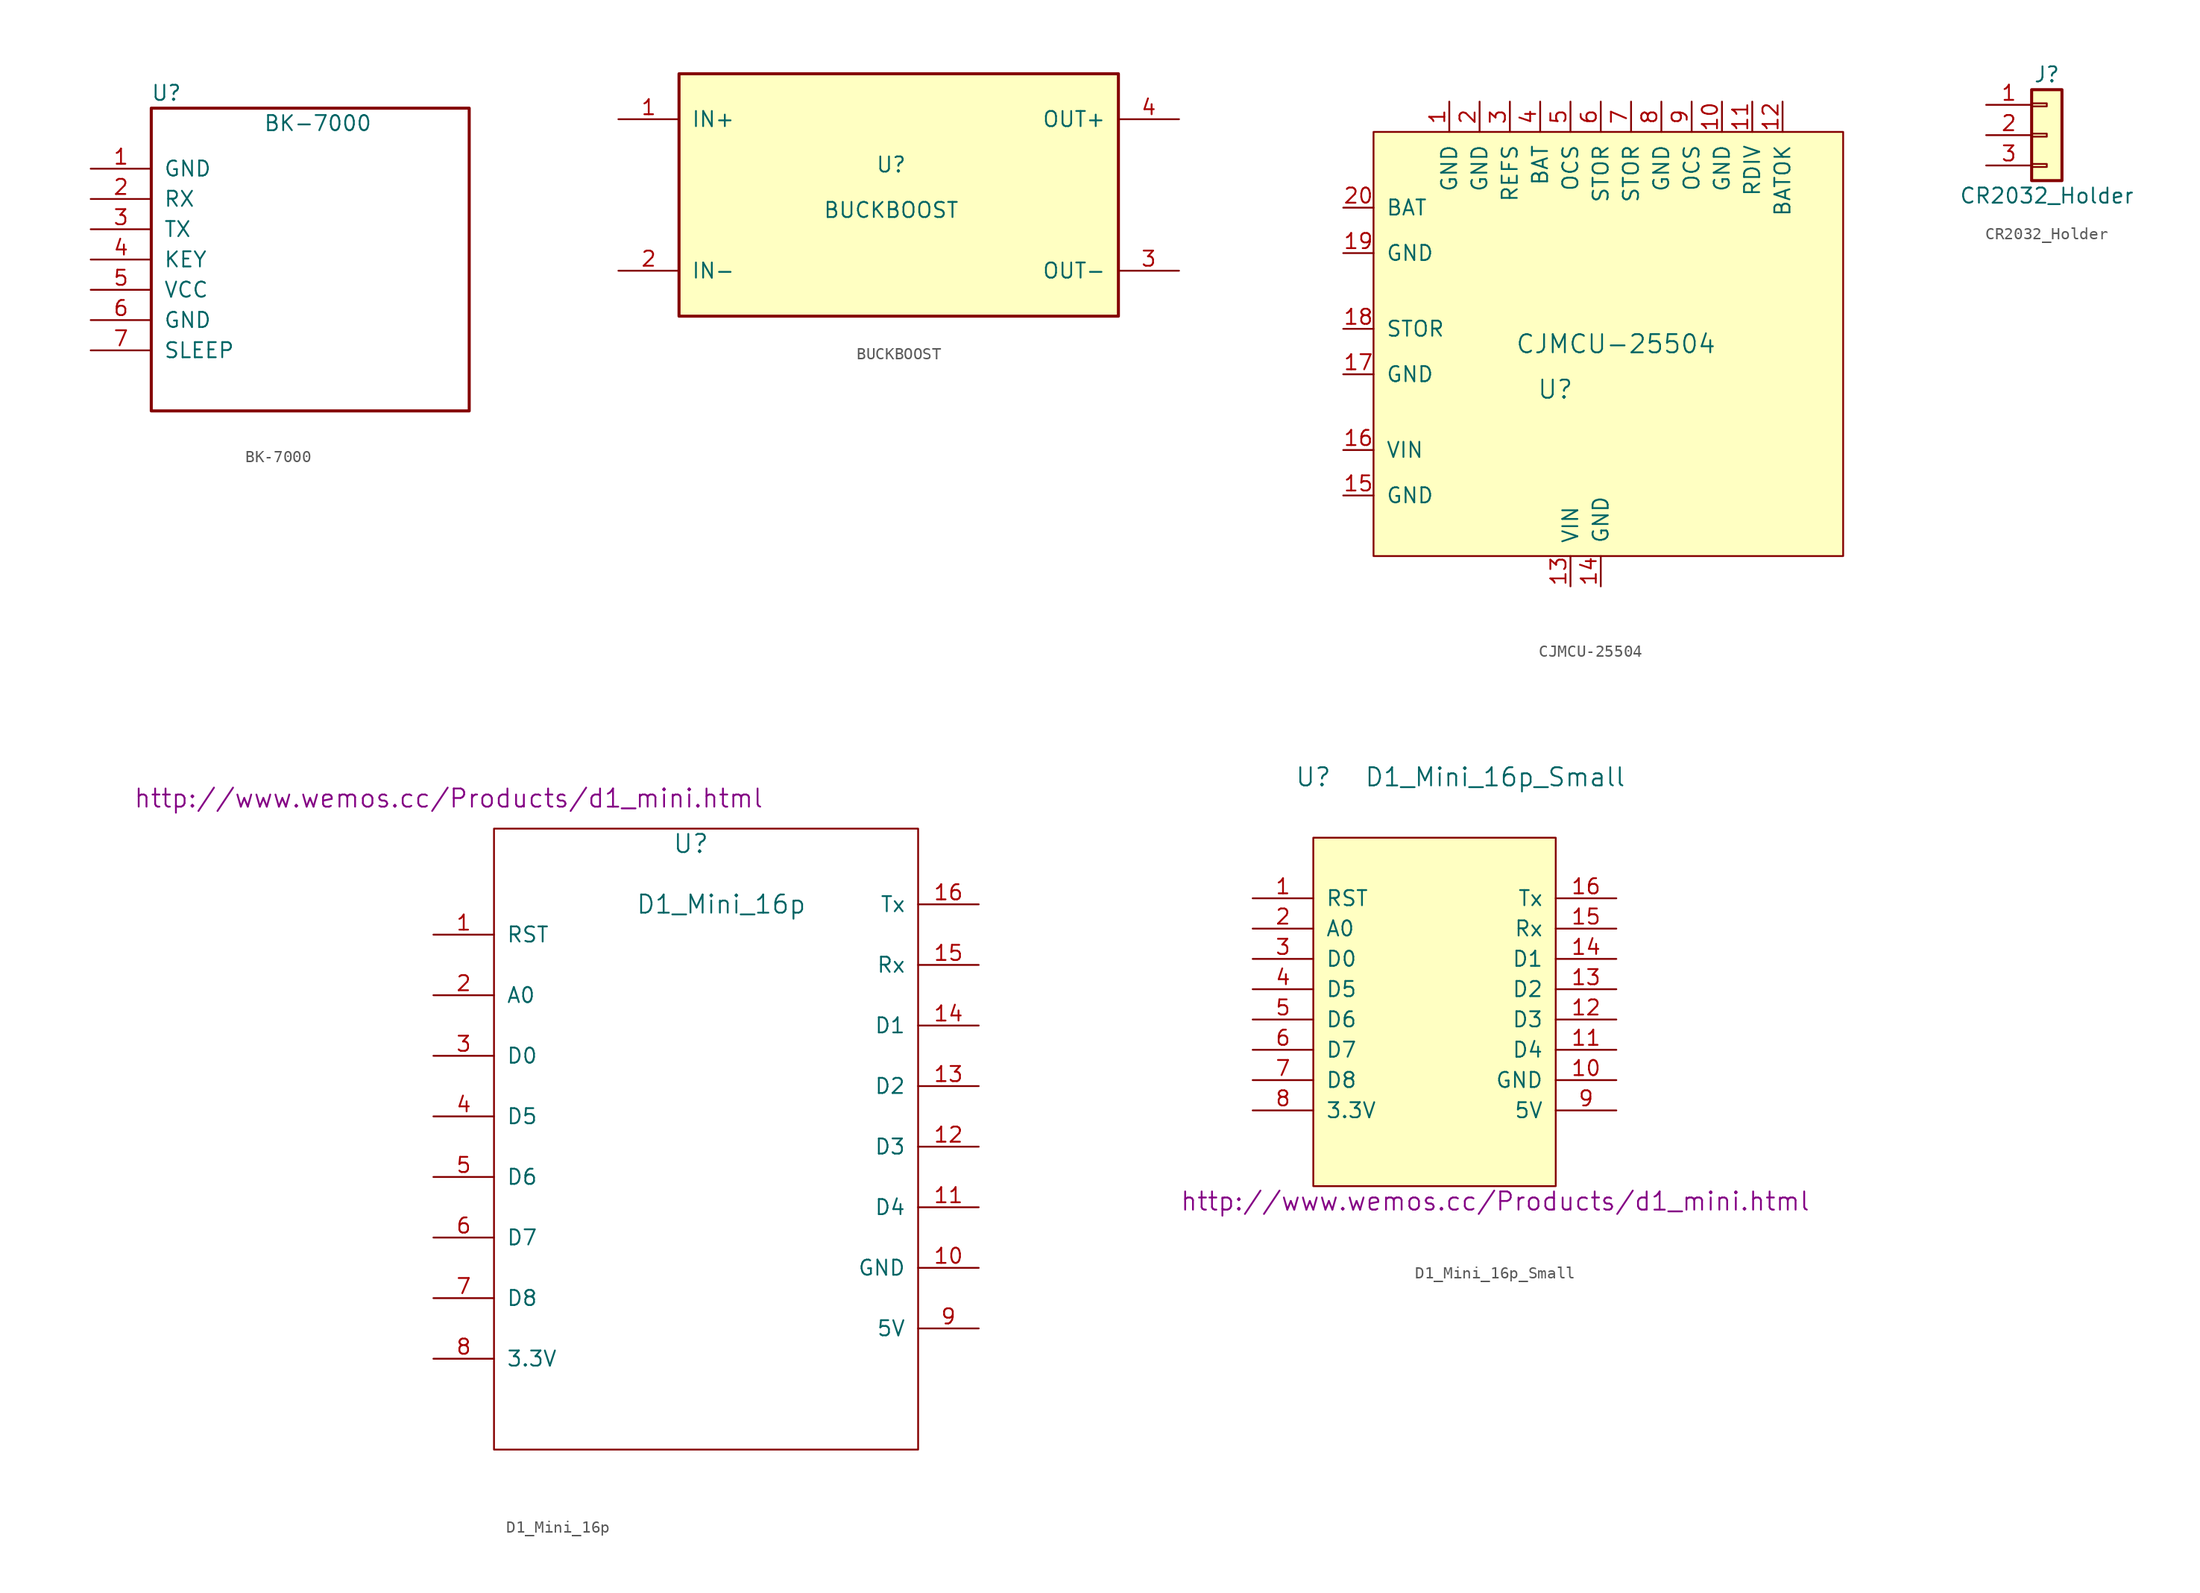
<source format=kicad_sym>
(kicad_symbol_lib
  (version 20211014)
  (generator kicad_symbol_editor)
  (symbol "BK-7000"
    (pin_names
      (offset 1.016))
    (property "Reference" "U"
      (at -12.7 13.97 0)
      (effects (font (size 1.27 1.27))))
    (property "Value" "BK-7000"
      (at 0 11.43 0)
      (effects (font (size 1.27 1.27))))
    (symbol "BK-7000_0_1"
      (rectangle (start -13.97 12.7) (end 12.7 -12.7) (stroke (width 0.254) (type default) (color 0 0 0 0)) (fill (type none))))
    (symbol "BK-7000_1_1"
      (pin power_in line (at -19.05 7.62 0) (length 5.08) (name "GND" (effects (font (size 1.27 1.27)))) (number "1" (effects (font (size 1.27 1.27)))))
      (pin input line (at -19.05 5.08 0) (length 5.08) (name "RX" (effects (font (size 1.27 1.27)))) (number "2" (effects (font (size 1.27 1.27)))))
      (pin output line (at -19.05 2.54 0) (length 5.08) (name "TX" (effects (font (size 1.27 1.27)))) (number "3" (effects (font (size 1.27 1.27)))))
      (pin input line (at -19.05 0 0) (length 5.08) (name "KEY" (effects (font (size 1.27 1.27)))) (number "4" (effects (font (size 1.27 1.27)))))
      (pin power_in line (at -19.05 -2.54 0) (length 5.08) (name "VCC" (effects (font (size 1.27 1.27)))) (number "5" (effects (font (size 1.27 1.27)))))
      (pin power_in line (at -19.05 -5.08 0) (length 5.08) (name "GND" (effects (font (size 1.27 1.27)))) (number "6" (effects (font (size 1.27 1.27)))))
      (pin input line (at -19.05 -7.62 0) (length 5.08) (name "SLEEP" (effects (font (size 1.27 1.27)))) (number "7" (effects (font (size 1.27 1.27)))))))
  (symbol "BUCKBOOST"
    (pin_names
      (offset 1.016))
    (property "Reference" "U"
      (at 0 2.54 0)
      (effects (font (size 1.27 1.27))))
    (property "Value" "BUCKBOOST"
      (at 0 -1.27 0)
      (effects (font (size 1.27 1.27))))
    (symbol "BUCKBOOST_0_1"
      (rectangle (start -17.78 10.16) (end 19.05 -10.16) (stroke (width 0.254) (type default) (color 0 0 0 0)) (fill (type background))))
    (symbol "BUCKBOOST_1_1"
      (pin power_in line (at -22.86 6.35 0) (length 5.08) (name "IN+" (effects (font (size 1.27 1.27)))) (number "1" (effects (font (size 1.27 1.27)))))
      (pin power_in line (at -22.86 -6.35 0) (length 5.08) (name "IN-" (effects (font (size 1.27 1.27)))) (number "2" (effects (font (size 1.27 1.27)))))
      (pin power_out line (at 24.13 -6.35 180) (length 5.08) (name "OUT-" (effects (font (size 1.27 1.27)))) (number "3" (effects (font (size 1.27 1.27)))))
      (pin power_out line (at 24.13 6.35 180) (length 5.08) (name "OUT+" (effects (font (size 1.27 1.27)))) (number "4" (effects (font (size 1.27 1.27)))))))
  (symbol "CJMCU-25504"
    (pin_names
      (offset 1.016))
    (property "Reference" "U"
      (at -2.54 -5.08 0)
      (effects (font (size 1.524 1.524))))
    (property "Value" "CJMCU-25504"
      (at 2.54 -1.27 0)
      (effects (font (size 1.524 1.524))))
    (symbol "CJMCU-25504_0_1"
      (rectangle (start -17.78 -19.05) (end 21.59 16.51) (stroke (width 0) (type default) (color 0 0 0 0)) (fill (type background))))
    (symbol "CJMCU-25504_1_1"
      (pin power_out line (at -11.43 19.05 270) (length 2.54) (name "GND" (effects (font (size 1.27 1.27)))) (number "1" (effects (font (size 1.27 1.27)))))
      (pin input line (at 11.43 19.05 270) (length 2.54) (name "GND" (effects (font (size 1.27 1.27)))) (number "10" (effects (font (size 1.27 1.27)))))
      (pin input line (at 13.97 19.05 270) (length 2.54) (name "RDIV" (effects (font (size 1.27 1.27)))) (number "11" (effects (font (size 1.27 1.27)))))
      (pin input line (at 16.51 19.05 270) (length 2.54) (name "BATOK" (effects (font (size 1.27 1.27)))) (number "12" (effects (font (size 1.27 1.27)))))
      (pin input line (at -1.27 -21.59 90) (length 2.54) (name "VIN" (effects (font (size 1.27 1.27)))) (number "13" (effects (font (size 1.27 1.27)))))
      (pin input line (at 1.27 -21.59 90) (length 2.54) (name "GND" (effects (font (size 1.27 1.27)))) (number "14" (effects (font (size 1.27 1.27)))))
      (pin input line (at -20.32 -13.97 0) (length 2.54) (name "GND" (effects (font (size 1.27 1.27)))) (number "15" (effects (font (size 1.27 1.27)))))
      (pin input line (at -20.32 -10.16 0) (length 2.54) (name "VIN" (effects (font (size 1.27 1.27)))) (number "16" (effects (font (size 1.27 1.27)))))
      (pin input line (at -20.32 -3.81 0) (length 2.54) (name "GND" (effects (font (size 1.27 1.27)))) (number "17" (effects (font (size 1.27 1.27)))))
      (pin input line (at -20.32 0 0) (length 2.54) (name "STOR" (effects (font (size 1.27 1.27)))) (number "18" (effects (font (size 1.27 1.27)))))
      (pin input line (at -20.32 6.35 0) (length 2.54) (name "GND" (effects (font (size 1.27 1.27)))) (number "19" (effects (font (size 1.27 1.27)))))
      (pin input line (at -8.89 19.05 270) (length 2.54) (name "GND" (effects (font (size 1.27 1.27)))) (number "2" (effects (font (size 1.27 1.27)))))
      (pin input line (at -20.32 10.16 0) (length 2.54) (name "BAT" (effects (font (size 1.27 1.27)))) (number "20" (effects (font (size 1.27 1.27)))))
      (pin input line (at -6.35 19.05 270) (length 2.54) (name "REFS" (effects (font (size 1.27 1.27)))) (number "3" (effects (font (size 1.27 1.27)))))
      (pin input line (at -3.81 19.05 270) (length 2.54) (name "BAT" (effects (font (size 1.27 1.27)))) (number "4" (effects (font (size 1.27 1.27)))))
      (pin power_in line (at -1.27 19.05 270) (length 2.54) (name "OCS" (effects (font (size 1.27 1.27)))) (number "5" (effects (font (size 1.27 1.27)))))
      (pin input line (at 1.27 19.05 270) (length 2.54) (name "STOR" (effects (font (size 1.27 1.27)))) (number "6" (effects (font (size 1.27 1.27)))))
      (pin power_in line (at 3.81 19.05 270) (length 2.54) (name "STOR" (effects (font (size 1.27 1.27)))) (number "7" (effects (font (size 1.27 1.27)))))
      (pin input line (at 6.35 19.05 270) (length 2.54) (name "GND" (effects (font (size 1.27 1.27)))) (number "8" (effects (font (size 1.27 1.27)))))
      (pin input line (at 8.89 19.05 270) (length 2.54) (name "OCS" (effects (font (size 1.27 1.27)))) (number "9" (effects (font (size 1.27 1.27)))))))
  (symbol "CR2032_Holder"
    (pin_names
      (offset 1.016) hide)
    (property "Reference" "J"
      (at 0 5.08 0)
      (effects (font (size 1.27 1.27))))
    (property "Value" "CR2032_Holder"
      (at 0 -5.08 0)
      (effects (font (size 1.27 1.27))))
    (symbol "CR2032_Holder_1_1"
      (rectangle (start -1.27 -2.413) (end 0 -2.667) (stroke (width 0.152) (type default) (color 0 0 0 0)) (fill (type none)))
      (rectangle (start -1.27 0.127) (end 0 -0.127) (stroke (width 0.152) (type default) (color 0 0 0 0)) (fill (type none)))
      (rectangle (start -1.27 2.667) (end 0 2.413) (stroke (width 0.152) (type default) (color 0 0 0 0)) (fill (type none)))
      (rectangle (start -1.27 3.81) (end 1.27 -3.81) (stroke (width 0.254) (type default) (color 0 0 0 0)) (fill (type background)))
      (pin power_out line (at -5.08 2.54 0) (length 3.81) (name "VCC_A" (effects (font (size 1.27 1.27)))) (number "1" (effects (font (size 1.27 1.27)))))
      (pin power_out line (at -5.08 0 0) (length 3.81) (name "GND" (effects (font (size 1.27 1.27)))) (number "2" (effects (font (size 1.27 1.27)))))
      (pin power_out line (at -5.08 -2.54 0) (length 3.81) (name "VCC_B" (effects (font (size 1.27 1.27)))) (number "3" (effects (font (size 1.27 1.27)))))))
  (symbol "D1_Mini_16p"
    (pin_names
      (offset 1.016))
    (property "Reference" "U"
      (at 11.43 -26.67 0)
      (effects (font (size 1.524 1.524))))
    (property "Value" "D1_Mini_16p"
      (at 13.97 -31.75 0)
      (effects (font (size 1.524 1.524))))
    (property "Footprint" ""
      (at -11.43 -31.75 0)
      (effects (font (size 1.524 1.524))))
    (property "Datasheet" "http://www.wemos.cc/Products/d1_mini.html"
      (at -8.89 -22.86 0)
      (effects (font (size 1.524 1.524))))
    (symbol "D1_Mini_16p_0_1"
      (rectangle (start -5.08 -25.4) (end 30.48 -77.47) (stroke (width 0) (type default) (color 0 0 0 0)) (fill (type none))))
    (symbol "D1_Mini_16p_1_1"
      (pin bidirectional line (at -10.16 -34.29 0) (length 5.08) (name "RST" (effects (font (size 1.27 1.27)))) (number "1" (effects (font (size 1.27 1.27)))))
      (pin power_in line (at 35.56 -62.23 180) (length 5.08) (name "GND" (effects (font (size 1.27 1.27)))) (number "10" (effects (font (size 1.27 1.27)))))
      (pin bidirectional line (at 35.56 -57.15 180) (length 5.08) (name "D4" (effects (font (size 1.27 1.27)))) (number "11" (effects (font (size 1.27 1.27)))))
      (pin bidirectional line (at 35.56 -52.07 180) (length 5.08) (name "D3" (effects (font (size 1.27 1.27)))) (number "12" (effects (font (size 1.27 1.27)))))
      (pin bidirectional line (at 35.56 -46.99 180) (length 5.08) (name "D2" (effects (font (size 1.27 1.27)))) (number "13" (effects (font (size 1.27 1.27)))))
      (pin bidirectional line (at 35.56 -41.91 180) (length 5.08) (name "D1" (effects (font (size 1.27 1.27)))) (number "14" (effects (font (size 1.27 1.27)))))
      (pin bidirectional line (at 35.56 -36.83 180) (length 5.08) (name "Rx" (effects (font (size 1.27 1.27)))) (number "15" (effects (font (size 1.27 1.27)))))
      (pin bidirectional line (at 35.56 -31.75 180) (length 5.08) (name "Tx" (effects (font (size 1.27 1.27)))) (number "16" (effects (font (size 1.27 1.27)))))
      (pin bidirectional line (at -10.16 -39.37 0) (length 5.08) (name "A0" (effects (font (size 1.27 1.27)))) (number "2" (effects (font (size 1.27 1.27)))))
      (pin bidirectional line (at -10.16 -44.45 0) (length 5.08) (name "D0" (effects (font (size 1.27 1.27)))) (number "3" (effects (font (size 1.27 1.27)))))
      (pin bidirectional line (at -10.16 -49.53 0) (length 5.08) (name "D5" (effects (font (size 1.27 1.27)))) (number "4" (effects (font (size 1.27 1.27)))))
      (pin bidirectional line (at -10.16 -54.61 0) (length 5.08) (name "D6" (effects (font (size 1.27 1.27)))) (number "5" (effects (font (size 1.27 1.27)))))
      (pin bidirectional line (at -10.16 -59.69 0) (length 5.08) (name "D7" (effects (font (size 1.27 1.27)))) (number "6" (effects (font (size 1.27 1.27)))))
      (pin bidirectional line (at -10.16 -64.77 0) (length 5.08) (name "D8" (effects (font (size 1.27 1.27)))) (number "7" (effects (font (size 1.27 1.27)))))
      (pin power_out line (at -10.16 -69.85 0) (length 5.08) (name "3.3V" (effects (font (size 1.27 1.27)))) (number "8" (effects (font (size 1.27 1.27)))))
      (pin power_in line (at 35.56 -67.31 180) (length 5.08) (name "5V" (effects (font (size 1.27 1.27)))) (number "9" (effects (font (size 1.27 1.27)))))))
  (symbol "D1_Mini_16p_Small"
    (pin_names
      (offset 1.016))
    (property "Reference" "U"
      (at -10.16 15.24 0)
      (effects (font (size 1.524 1.524))))
    (property "Value" "D1_Mini_16p_Small"
      (at 5.08 15.24 0)
      (effects (font (size 1.524 1.524))))
    (property "Footprint" ""
      (at -16.51 7.62 0)
      (effects (font (size 1.524 1.524))))
    (property "Datasheet" "http://www.wemos.cc/Products/d1_mini.html"
      (at 5.08 -20.32 0)
      (effects (font (size 1.524 1.524))))
    (symbol "D1_Mini_16p_Small_0_1"
      (rectangle (start -10.16 10.16) (end 10.16 -19.05) (stroke (width 0) (type default) (color 0 0 0 0)) (fill (type background))))
    (symbol "D1_Mini_16p_Small_1_1"
      (pin bidirectional line (at -15.24 5.08 0) (length 5.08) (name "RST" (effects (font (size 1.27 1.27)))) (number "1" (effects (font (size 1.27 1.27)))))
      (pin power_in line (at 15.24 -10.16 180) (length 5.08) (name "GND" (effects (font (size 1.27 1.27)))) (number "10" (effects (font (size 1.27 1.27)))))
      (pin bidirectional line (at 15.24 -7.62 180) (length 5.08) (name "D4" (effects (font (size 1.27 1.27)))) (number "11" (effects (font (size 1.27 1.27)))))
      (pin bidirectional line (at 15.24 -5.08 180) (length 5.08) (name "D3" (effects (font (size 1.27 1.27)))) (number "12" (effects (font (size 1.27 1.27)))))
      (pin bidirectional line (at 15.24 -2.54 180) (length 5.08) (name "D2" (effects (font (size 1.27 1.27)))) (number "13" (effects (font (size 1.27 1.27)))))
      (pin bidirectional line (at 15.24 0 180) (length 5.08) (name "D1" (effects (font (size 1.27 1.27)))) (number "14" (effects (font (size 1.27 1.27)))))
      (pin bidirectional line (at 15.24 2.54 180) (length 5.08) (name "Rx" (effects (font (size 1.27 1.27)))) (number "15" (effects (font (size 1.27 1.27)))))
      (pin bidirectional line (at 15.24 5.08 180) (length 5.08) (name "Tx" (effects (font (size 1.27 1.27)))) (number "16" (effects (font (size 1.27 1.27)))))
      (pin bidirectional line (at -15.24 2.54 0) (length 5.08) (name "A0" (effects (font (size 1.27 1.27)))) (number "2" (effects (font (size 1.27 1.27)))))
      (pin bidirectional line (at -15.24 0 0) (length 5.08) (name "D0" (effects (font (size 1.27 1.27)))) (number "3" (effects (font (size 1.27 1.27)))))
      (pin bidirectional line (at -15.24 -2.54 0) (length 5.08) (name "D5" (effects (font (size 1.27 1.27)))) (number "4" (effects (font (size 1.27 1.27)))))
      (pin bidirectional line (at -15.24 -5.08 0) (length 5.08) (name "D6" (effects (font (size 1.27 1.27)))) (number "5" (effects (font (size 1.27 1.27)))))
      (pin bidirectional line (at -15.24 -7.62 0) (length 5.08) (name "D7" (effects (font (size 1.27 1.27)))) (number "6" (effects (font (size 1.27 1.27)))))
      (pin bidirectional line (at -15.24 -10.16 0) (length 5.08) (name "D8" (effects (font (size 1.27 1.27)))) (number "7" (effects (font (size 1.27 1.27)))))
      (pin power_out line (at -15.24 -12.7 0) (length 5.08) (name "3.3V" (effects (font (size 1.27 1.27)))) (number "8" (effects (font (size 1.27 1.27)))))
      (pin power_in line (at 15.24 -12.7 180) (length 5.08) (name "5V" (effects (font (size 1.27 1.27)))) (number "9" (effects (font (size 1.27 1.27))))))))
</source>
